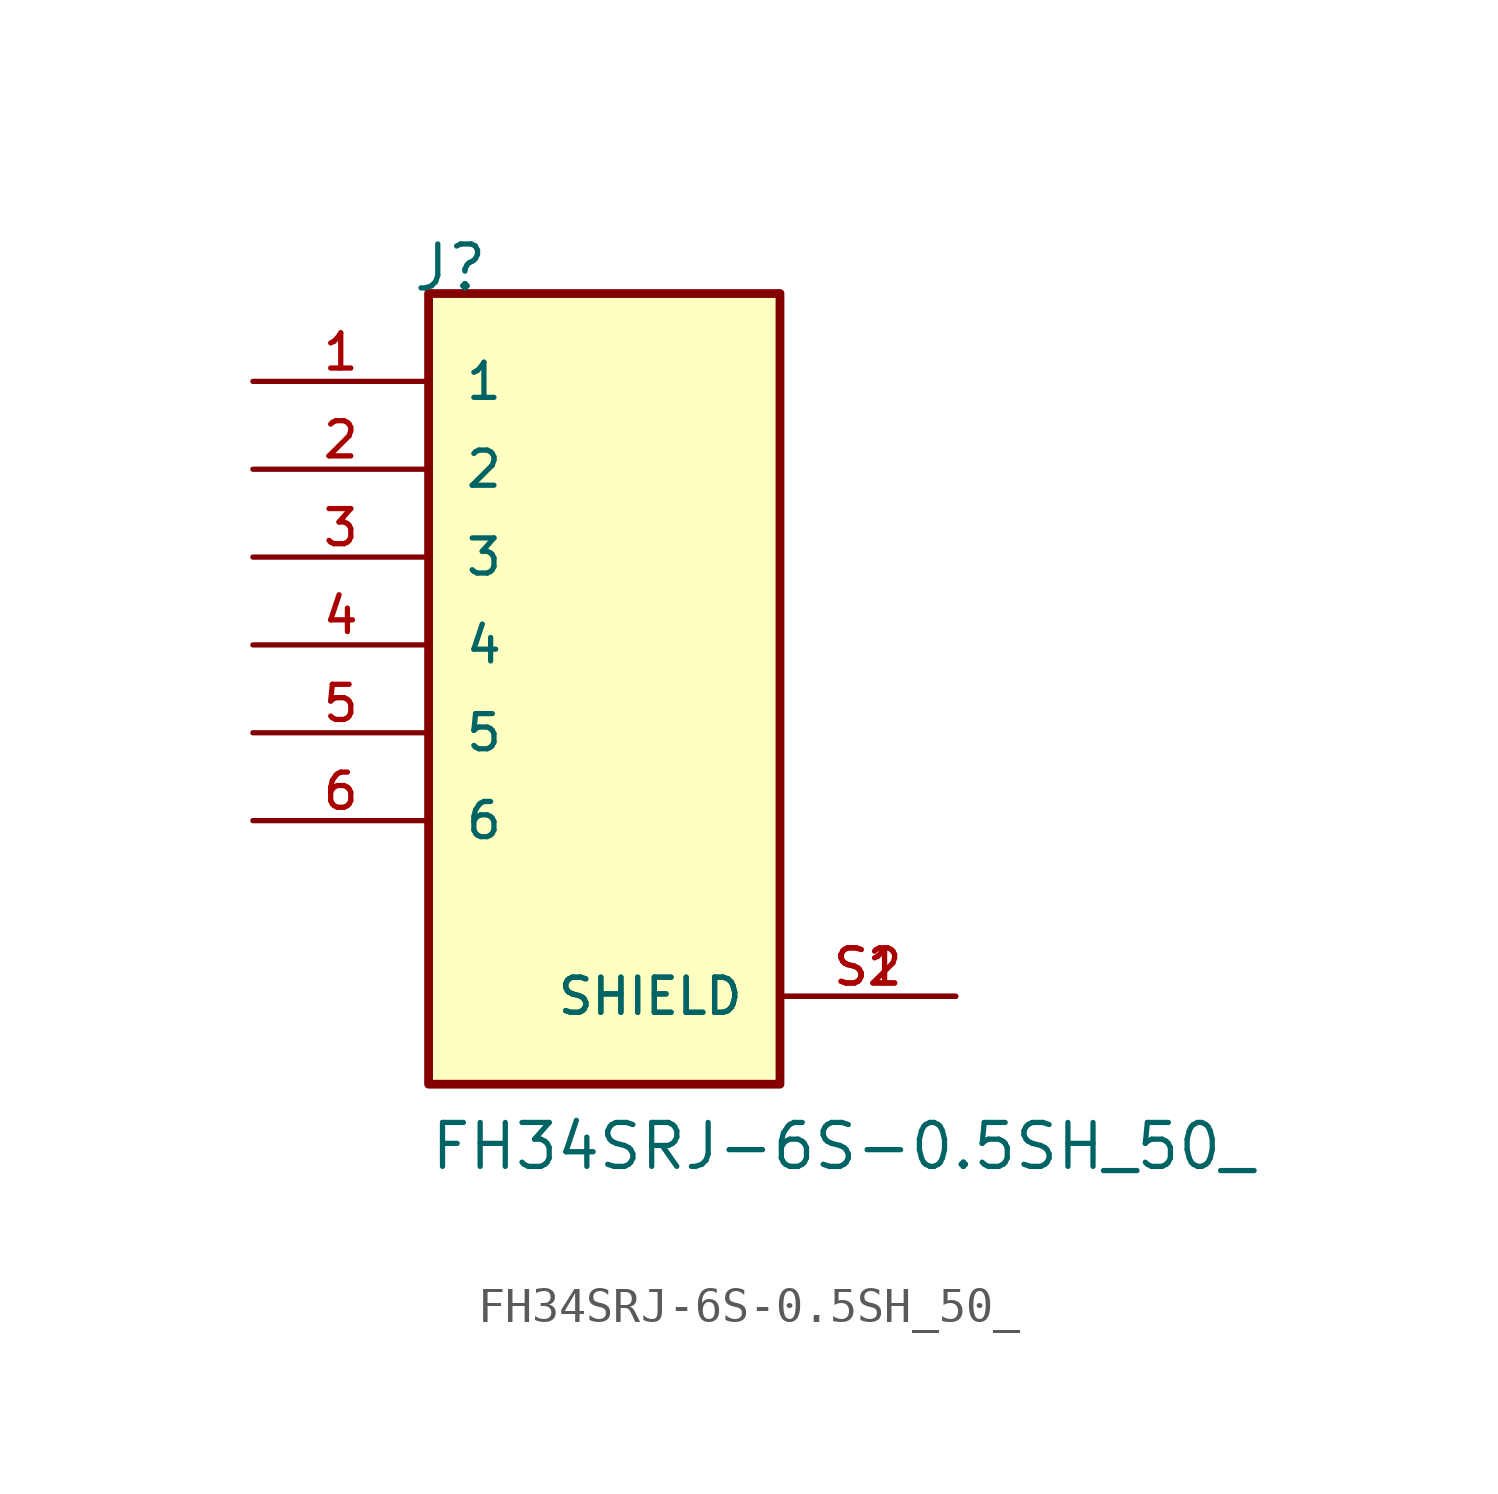
<source format=kicad_sym>
(kicad_symbol_lib
  (version 20211014)
  (generator kicad_symbol_editor)
  (symbol "FH34SRJ-6S-0.5SH_50_"
    (pin_names
      (offset 1.016))
    (property "Reference" "J"
      (at -5.58 10.16 0)
      (effects (font (size 1.27 1.27)) (justify bottom left)))
    (property "Value" "FH34SRJ-6S-0.5SH_50_"
      (at -5.08 -15.24 0)
      (effects (font (size 1.27 1.27)) (justify bottom left)))
    (symbol "FH34SRJ-6S-0.5SH_50__0_0"
      (rectangle (start -5.08 -12.7) (end 5.08 10.16) (stroke (width 0.254)) (fill (type background)))
      (pin passive line (at -10.16 7.62 0) (length 5.08) (name "1" (effects (font (size 1.016 1.016)))) (number "1" (effects (font (size 1.016 1.016)))))
      (pin passive line (at -10.16 5.08 0) (length 5.08) (name "2" (effects (font (size 1.016 1.016)))) (number "2" (effects (font (size 1.016 1.016)))))
      (pin passive line (at -10.16 2.54 0) (length 5.08) (name "3" (effects (font (size 1.016 1.016)))) (number "3" (effects (font (size 1.016 1.016)))))
      (pin passive line (at -10.16 0.0 0) (length 5.08) (name "4" (effects (font (size 1.016 1.016)))) (number "4" (effects (font (size 1.016 1.016)))))
      (pin passive line (at -10.16 -2.54 0) (length 5.08) (name "5" (effects (font (size 1.016 1.016)))) (number "5" (effects (font (size 1.016 1.016)))))
      (pin passive line (at -10.16 -5.08 0) (length 5.08) (name "6" (effects (font (size 1.016 1.016)))) (number "6" (effects (font (size 1.016 1.016)))))
      (pin passive line (at 10.16 -10.16 180.0) (length 5.08) (name "SHIELD" (effects (font (size 1.016 1.016)))) (number "S1" (effects (font (size 1.016 1.016)))))
      (pin passive line (at 10.16 -10.16 180.0) (length 5.08) (name "SHIELD" (effects (font (size 1.016 1.016)))) (number "S2" (effects (font (size 1.016 1.016))))))))
</source>
